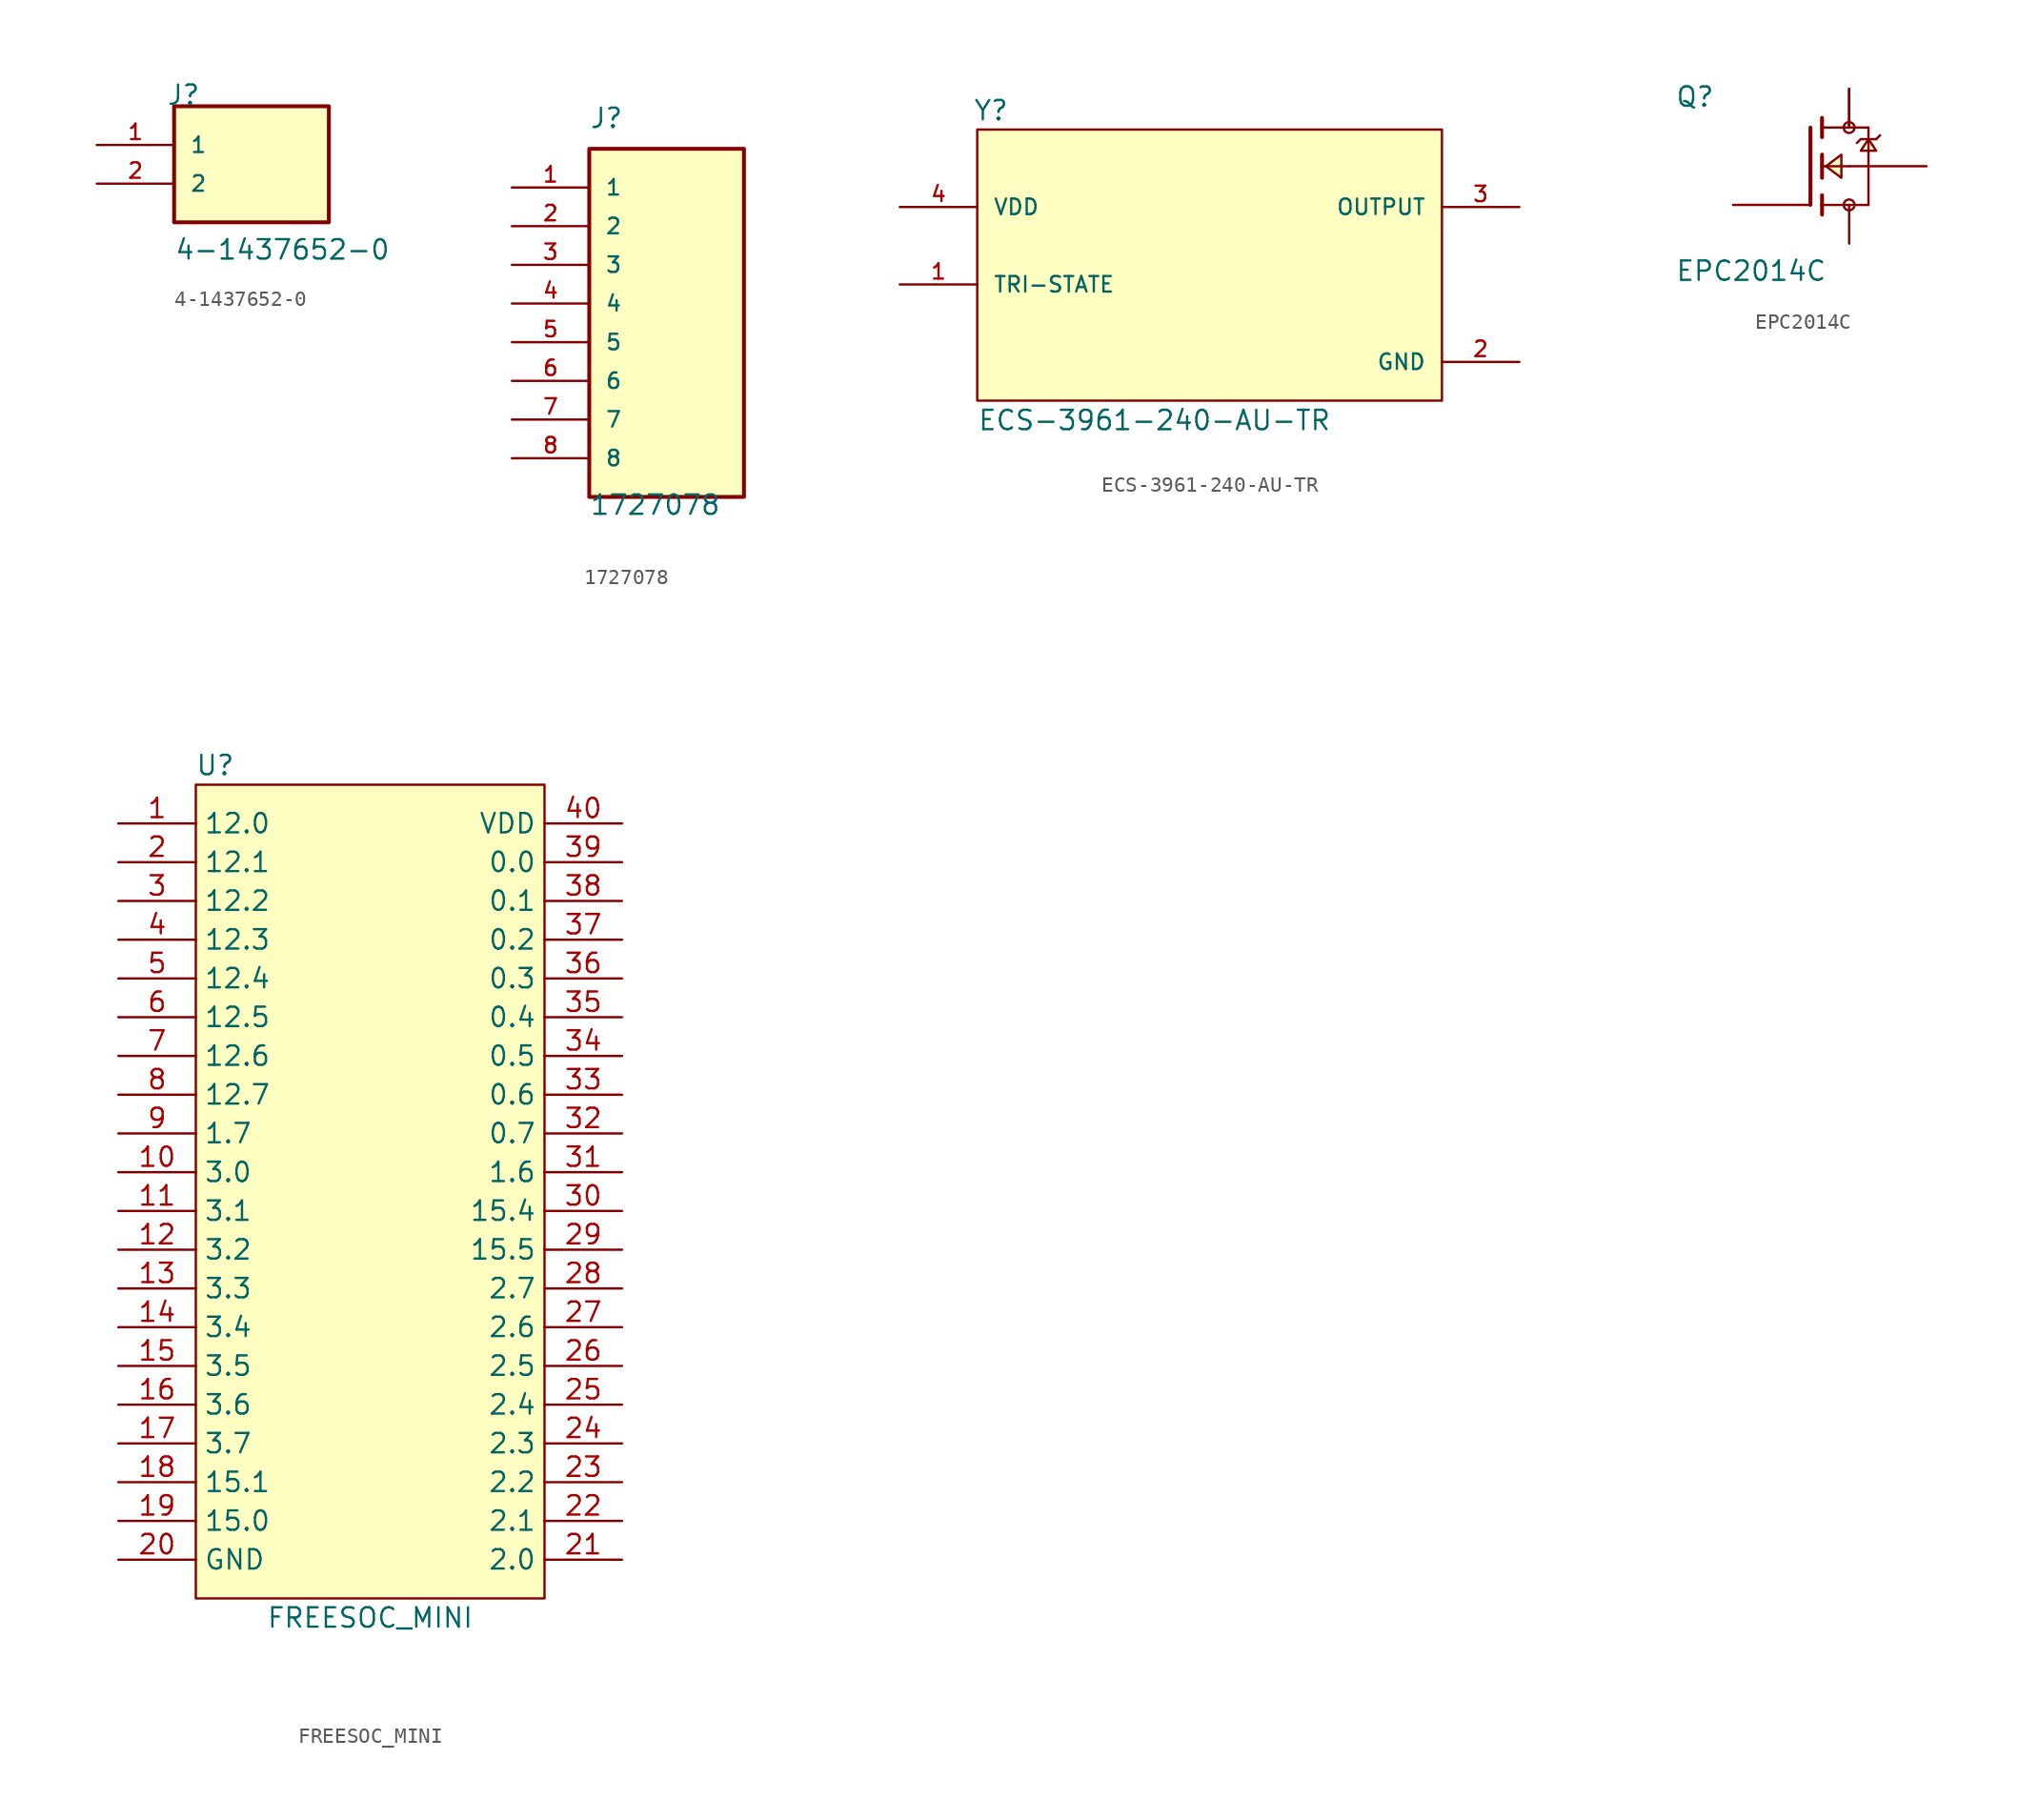
<source format=kicad_sym>
(kicad_symbol_lib
  (version 20211014)
  (generator kicad_symbol_editor)
  (symbol "4-1437652-0"
    (pin_names
      (offset 1.016))
    (property "Reference" "J"
      (at -5.588 5.08 0)
      (effects (font (size 1.27 1.27)) (justify left bottom)))
    (property "Value" "4-1437652-0"
      (at -5.08 -5.08 0)
      (effects (font (size 1.27 1.27)) (justify left bottom)))
    (property "ki_locked" ""
      (at 0 0 0)
      (effects (font (size 1.27 1.27))))
    (symbol "4-1437652-0_0_0"
      (rectangle (start -5.08 -2.54) (end 5.08 5.08) (stroke (width 0.254) (type default) (color 0 0 0 0)) (fill (type background)))
      (pin passive line (at -10.16 2.54 0) (length 5.08) (name "1" (effects (font (size 1.016 1.016)))) (number "1" (effects (font (size 1.016 1.016)))))
      (pin passive line (at -10.16 0 0) (length 5.08) (name "2" (effects (font (size 1.016 1.016)))) (number "2" (effects (font (size 1.016 1.016)))))))
  (symbol "1727078"
    (pin_names
      (offset 1.016))
    (property "Reference" "J"
      (at -5.08 11.43 0)
      (effects (font (size 1.27 1.27)) (justify left bottom)))
    (property "Value" "1727078"
      (at -5.08 -13.97 0)
      (effects (font (size 1.27 1.27)) (justify left bottom)))
    (symbol "1727078_0_0"
      (rectangle (start -5.08 -12.7) (end 5.08 10.16) (stroke (width 0.254) (type default) (color 0 0 0 0)) (fill (type background)))
      (pin passive line (at -10.16 7.62 0) (length 5.08) (name "1" (effects (font (size 1.016 1.016)))) (number "1" (effects (font (size 1.016 1.016)))))
      (pin passive line (at -10.16 5.08 0) (length 5.08) (name "2" (effects (font (size 1.016 1.016)))) (number "2" (effects (font (size 1.016 1.016)))))
      (pin passive line (at -10.16 2.54 0) (length 5.08) (name "3" (effects (font (size 1.016 1.016)))) (number "3" (effects (font (size 1.016 1.016)))))
      (pin passive line (at -10.16 0 0) (length 5.08) (name "4" (effects (font (size 1.016 1.016)))) (number "4" (effects (font (size 1.016 1.016)))))
      (pin passive line (at -10.16 -2.54 0) (length 5.08) (name "5" (effects (font (size 1.016 1.016)))) (number "5" (effects (font (size 1.016 1.016)))))
      (pin passive line (at -10.16 -5.08 0) (length 5.08) (name "6" (effects (font (size 1.016 1.016)))) (number "6" (effects (font (size 1.016 1.016)))))
      (pin passive line (at -10.16 -7.62 0) (length 5.08) (name "7" (effects (font (size 1.016 1.016)))) (number "7" (effects (font (size 1.016 1.016)))))
      (pin passive line (at -10.16 -10.16 0) (length 5.08) (name "8" (effects (font (size 1.016 1.016)))) (number "8" (effects (font (size 1.016 1.016)))))))
  (symbol "ECS-3961-240-AU-TR"
    (pin_names
      (offset 1.016))
    (property "Reference" "Y"
      (at -15.519 8.128 0)
      (effects (font (size 1.27 1.27)) (justify left bottom)))
    (property "Value" "ECS-3961-240-AU-TR"
      (at -15.24 -12.192 0)
      (effects (font (size 1.27 1.27)) (justify left bottom)))
    (symbol "ECS-3961-240-AU-TR_0_0"
      (rectangle (start -15.24 -10.16) (end 15.24 7.62) (stroke (width 0.152) (type default) (color 0 0 0 0)) (fill (type background)))
      (pin input line (at -20.32 -2.54 0) (length 5.08) (name "TRI-STATE" (effects (font (size 1.016 1.016)))) (number "1" (effects (font (size 1.016 1.016)))))
      (pin power_in line (at 20.32 -7.62 180) (length 5.08) (name "GND" (effects (font (size 1.016 1.016)))) (number "2" (effects (font (size 1.016 1.016)))))
      (pin output line (at 20.32 2.54 180) (length 5.08) (name "OUTPUT" (effects (font (size 1.016 1.016)))) (number "3" (effects (font (size 1.016 1.016)))))
      (pin input line (at -20.32 2.54 0) (length 5.08) (name "VDD" (effects (font (size 1.016 1.016)))) (number "4" (effects (font (size 1.016 1.016)))))))
  (symbol "EPC2014C"
    (pin_numbers hide)
    (pin_names
      (offset 1.016) hide)
    (property "Reference" "Q"
      (at -8.89 3.81 0)
      (effects (font (size 1.27 1.27)) (justify left bottom)))
    (property "Value" "EPC2014C"
      (at -8.89 -7.62 0)
      (effects (font (size 1.27 1.27)) (justify left bottom)))
    (property "ki_locked" ""
      (at 0 0 0)
      (effects (font (size 1.27 1.27))))
    (symbol "EPC2014C_0_0"
      (polyline (pts (xy 0 2.54) (xy 0 -2.54)) (stroke (width 0.254) (type default) (color 0 0 0 0)) (fill (type none)))
      (polyline (pts (xy 0.762 -2.54) (xy 0.762 -3.175)) (stroke (width 0.254) (type default) (color 0 0 0 0)) (fill (type none)))
      (polyline (pts (xy 0.762 -1.905) (xy 0.762 -2.54)) (stroke (width 0.254) (type default) (color 0 0 0 0)) (fill (type none)))
      (polyline (pts (xy 0.762 0) (xy 0.762 -0.762)) (stroke (width 0.254) (type default) (color 0 0 0 0)) (fill (type none)))
      (polyline (pts (xy 0.762 0) (xy 2.54 0)) (stroke (width 0.152) (type default) (color 0 0 0 0)) (fill (type none)))
      (polyline (pts (xy 0.762 0.762) (xy 0.762 0)) (stroke (width 0.254) (type default) (color 0 0 0 0)) (fill (type none)))
      (polyline (pts (xy 0.762 2.54) (xy 0.762 1.905)) (stroke (width 0.254) (type default) (color 0 0 0 0)) (fill (type none)))
      (polyline (pts (xy 0.762 2.54) (xy 3.81 2.54)) (stroke (width 0.152) (type default) (color 0 0 0 0)) (fill (type none)))
      (polyline (pts (xy 0.762 3.175) (xy 0.762 2.54)) (stroke (width 0.254) (type default) (color 0 0 0 0)) (fill (type none)))
      (polyline (pts (xy 3.302 1.778) (xy 3.048 1.524)) (stroke (width 0.152) (type default) (color 0 0 0 0)) (fill (type none)))
      (polyline (pts (xy 3.81 -2.54) (xy 0.762 -2.54)) (stroke (width 0.152) (type default) (color 0 0 0 0)) (fill (type none)))
      (polyline (pts (xy 3.81 2.54) (xy 3.81 -2.54)) (stroke (width 0.152) (type default) (color 0 0 0 0)) (fill (type none)))
      (polyline (pts (xy 4.318 1.778) (xy 3.302 1.778)) (stroke (width 0.152) (type default) (color 0 0 0 0)) (fill (type none)))
      (polyline (pts (xy 4.572 2.032) (xy 4.318 1.778)) (stroke (width 0.152) (type default) (color 0 0 0 0)) (fill (type none)))
      (polyline (pts (xy 1.016 0) (xy 2.032 0.762) (xy 2.032 -0.762) (xy 1.016 0)) (stroke (width 0.152) (type default) (color 0 0 0 0)) (fill (type background)))
      (polyline (pts (xy 3.81 1.778) (xy 3.302 1.016) (xy 4.318 1.016) (xy 3.81 1.778)) (stroke (width 0.152) (type default) (color 0 0 0 0)) (fill (type background)))
      (circle (center 2.54 -2.54) (radius 0.356) (stroke (width 0) (type default) (color 0 0 0 0)) (fill (type none)))
      (circle (center 2.54 2.54) (radius 0.356) (stroke (width 0) (type default) (color 0 0 0 0)) (fill (type none)))
      (pin passive line (at -5.08 -2.54 0) (length 5.08) (name "~" (effects (font (size 1.016 1.016)))) (number "1" (effects (font (size 1.016 1.016)))))
      (pin passive line (at 7.62 0 180) (length 5.08) (name "~" (effects (font (size 1.016 1.016)))) (number "2" (effects (font (size 1.016 1.016)))))
      (pin passive line (at 2.54 5.08 270) (length 2.54) (name "~" (effects (font (size 1.016 1.016)))) (number "3" (effects (font (size 1.016 1.016)))))
      (pin passive line (at 2.54 -5.08 90) (length 2.54) (name "~" (effects (font (size 1.016 1.016)))) (number "4" (effects (font (size 1.016 1.016)))))
      (pin passive line (at 2.54 5.08 270) (length 2.54) (name "~" (effects (font (size 1.016 1.016)))) (number "5" (effects (font (size 1.016 1.016)))))))
  (symbol "FREESOC_MINI"
    (property "Reference" "U"
      (at -10.16 17.78 0)
      (effects (font (size 1.27 1.27))))
    (property "Value" "FREESOC_MINI"
      (at 0 -38.1 0)
      (effects (font (size 1.27 1.27))))
    (symbol "FREESOC_MINI_0_1"
      (rectangle (start -11.43 16.51) (end 11.43 -36.83) (stroke (width 0) (type default) (color 0 0 0 0)) (fill (type background))))
    (symbol "FREESOC_MINI_1_1"
      (pin bidirectional line (at -16.51 13.97 0) (length 5.08) (name "12.0" (effects (font (size 1.27 1.27)))) (number "1" (effects (font (size 1.27 1.27)))))
      (pin bidirectional line (at -16.51 -8.89 0) (length 5.08) (name "3.0" (effects (font (size 1.27 1.27)))) (number "10" (effects (font (size 1.27 1.27)))))
      (pin bidirectional line (at -16.51 -11.43 0) (length 5.08) (name "3.1" (effects (font (size 1.27 1.27)))) (number "11" (effects (font (size 1.27 1.27)))))
      (pin bidirectional line (at -16.51 -13.97 0) (length 5.08) (name "3.2" (effects (font (size 1.27 1.27)))) (number "12" (effects (font (size 1.27 1.27)))))
      (pin bidirectional line (at -16.51 -16.51 0) (length 5.08) (name "3.3" (effects (font (size 1.27 1.27)))) (number "13" (effects (font (size 1.27 1.27)))))
      (pin bidirectional line (at -16.51 -19.05 0) (length 5.08) (name "3.4" (effects (font (size 1.27 1.27)))) (number "14" (effects (font (size 1.27 1.27)))))
      (pin bidirectional line (at -16.51 -21.59 0) (length 5.08) (name "3.5" (effects (font (size 1.27 1.27)))) (number "15" (effects (font (size 1.27 1.27)))))
      (pin bidirectional line (at -16.51 -24.13 0) (length 5.08) (name "3.6" (effects (font (size 1.27 1.27)))) (number "16" (effects (font (size 1.27 1.27)))))
      (pin bidirectional line (at -16.51 -26.67 0) (length 5.08) (name "3.7" (effects (font (size 1.27 1.27)))) (number "17" (effects (font (size 1.27 1.27)))))
      (pin bidirectional line (at -16.51 -29.21 0) (length 5.08) (name "15.1" (effects (font (size 1.27 1.27)))) (number "18" (effects (font (size 1.27 1.27)))))
      (pin bidirectional line (at -16.51 -31.75 0) (length 5.08) (name "15.0" (effects (font (size 1.27 1.27)))) (number "19" (effects (font (size 1.27 1.27)))))
      (pin bidirectional line (at -16.51 11.43 0) (length 5.08) (name "12.1" (effects (font (size 1.27 1.27)))) (number "2" (effects (font (size 1.27 1.27)))))
      (pin power_in line (at -16.51 -34.29 0) (length 5.08) (name "GND" (effects (font (size 1.27 1.27)))) (number "20" (effects (font (size 1.27 1.27)))))
      (pin bidirectional line (at 16.51 -34.29 180) (length 5.08) (name "2.0" (effects (font (size 1.27 1.27)))) (number "21" (effects (font (size 1.27 1.27)))))
      (pin bidirectional line (at 16.51 -31.75 180) (length 5.08) (name "2.1" (effects (font (size 1.27 1.27)))) (number "22" (effects (font (size 1.27 1.27)))))
      (pin bidirectional line (at 16.51 -29.21 180) (length 5.08) (name "2.2" (effects (font (size 1.27 1.27)))) (number "23" (effects (font (size 1.27 1.27)))))
      (pin bidirectional line (at 16.51 -26.67 180) (length 5.08) (name "2.3" (effects (font (size 1.27 1.27)))) (number "24" (effects (font (size 1.27 1.27)))))
      (pin bidirectional line (at 16.51 -24.13 180) (length 5.08) (name "2.4" (effects (font (size 1.27 1.27)))) (number "25" (effects (font (size 1.27 1.27)))))
      (pin bidirectional line (at 16.51 -21.59 180) (length 5.08) (name "2.5" (effects (font (size 1.27 1.27)))) (number "26" (effects (font (size 1.27 1.27)))))
      (pin bidirectional line (at 16.51 -19.05 180) (length 5.08) (name "2.6" (effects (font (size 1.27 1.27)))) (number "27" (effects (font (size 1.27 1.27)))))
      (pin bidirectional line (at 16.51 -16.51 180) (length 5.08) (name "2.7" (effects (font (size 1.27 1.27)))) (number "28" (effects (font (size 1.27 1.27)))))
      (pin bidirectional line (at 16.51 -13.97 180) (length 5.08) (name "15.5" (effects (font (size 1.27 1.27)))) (number "29" (effects (font (size 1.27 1.27)))))
      (pin bidirectional line (at -16.51 8.89 0) (length 5.08) (name "12.2" (effects (font (size 1.27 1.27)))) (number "3" (effects (font (size 1.27 1.27)))))
      (pin bidirectional line (at 16.51 -11.43 180) (length 5.08) (name "15.4" (effects (font (size 1.27 1.27)))) (number "30" (effects (font (size 1.27 1.27)))))
      (pin bidirectional line (at 16.51 -8.89 180) (length 5.08) (name "1.6" (effects (font (size 1.27 1.27)))) (number "31" (effects (font (size 1.27 1.27)))))
      (pin bidirectional line (at 16.51 -6.35 180) (length 5.08) (name "0.7" (effects (font (size 1.27 1.27)))) (number "32" (effects (font (size 1.27 1.27)))))
      (pin bidirectional line (at 16.51 -3.81 180) (length 5.08) (name "0.6" (effects (font (size 1.27 1.27)))) (number "33" (effects (font (size 1.27 1.27)))))
      (pin bidirectional line (at 16.51 -1.27 180) (length 5.08) (name "0.5" (effects (font (size 1.27 1.27)))) (number "34" (effects (font (size 1.27 1.27)))))
      (pin bidirectional line (at 16.51 1.27 180) (length 5.08) (name "0.4" (effects (font (size 1.27 1.27)))) (number "35" (effects (font (size 1.27 1.27)))))
      (pin bidirectional line (at 16.51 3.81 180) (length 5.08) (name "0.3" (effects (font (size 1.27 1.27)))) (number "36" (effects (font (size 1.27 1.27)))))
      (pin bidirectional line (at 16.51 6.35 180) (length 5.08) (name "0.2" (effects (font (size 1.27 1.27)))) (number "37" (effects (font (size 1.27 1.27)))))
      (pin bidirectional line (at 16.51 8.89 180) (length 5.08) (name "0.1" (effects (font (size 1.27 1.27)))) (number "38" (effects (font (size 1.27 1.27)))))
      (pin bidirectional line (at 16.51 11.43 180) (length 5.08) (name "0.0" (effects (font (size 1.27 1.27)))) (number "39" (effects (font (size 1.27 1.27)))))
      (pin bidirectional line (at -16.51 6.35 0) (length 5.08) (name "12.3" (effects (font (size 1.27 1.27)))) (number "4" (effects (font (size 1.27 1.27)))))
      (pin power_in line (at 16.51 13.97 180) (length 5.08) (name "VDD" (effects (font (size 1.27 1.27)))) (number "40" (effects (font (size 1.27 1.27)))))
      (pin bidirectional line (at -16.51 3.81 0) (length 5.08) (name "12.4" (effects (font (size 1.27 1.27)))) (number "5" (effects (font (size 1.27 1.27)))))
      (pin bidirectional line (at -16.51 1.27 0) (length 5.08) (name "12.5" (effects (font (size 1.27 1.27)))) (number "6" (effects (font (size 1.27 1.27)))))
      (pin bidirectional line (at -16.51 -1.27 0) (length 5.08) (name "12.6" (effects (font (size 1.27 1.27)))) (number "7" (effects (font (size 1.27 1.27)))))
      (pin bidirectional line (at -16.51 -3.81 0) (length 5.08) (name "12.7" (effects (font (size 1.27 1.27)))) (number "8" (effects (font (size 1.27 1.27)))))
      (pin bidirectional line (at -16.51 -6.35 0) (length 5.08) (name "1.7" (effects (font (size 1.27 1.27)))) (number "9" (effects (font (size 1.27 1.27))))))))
</source>
